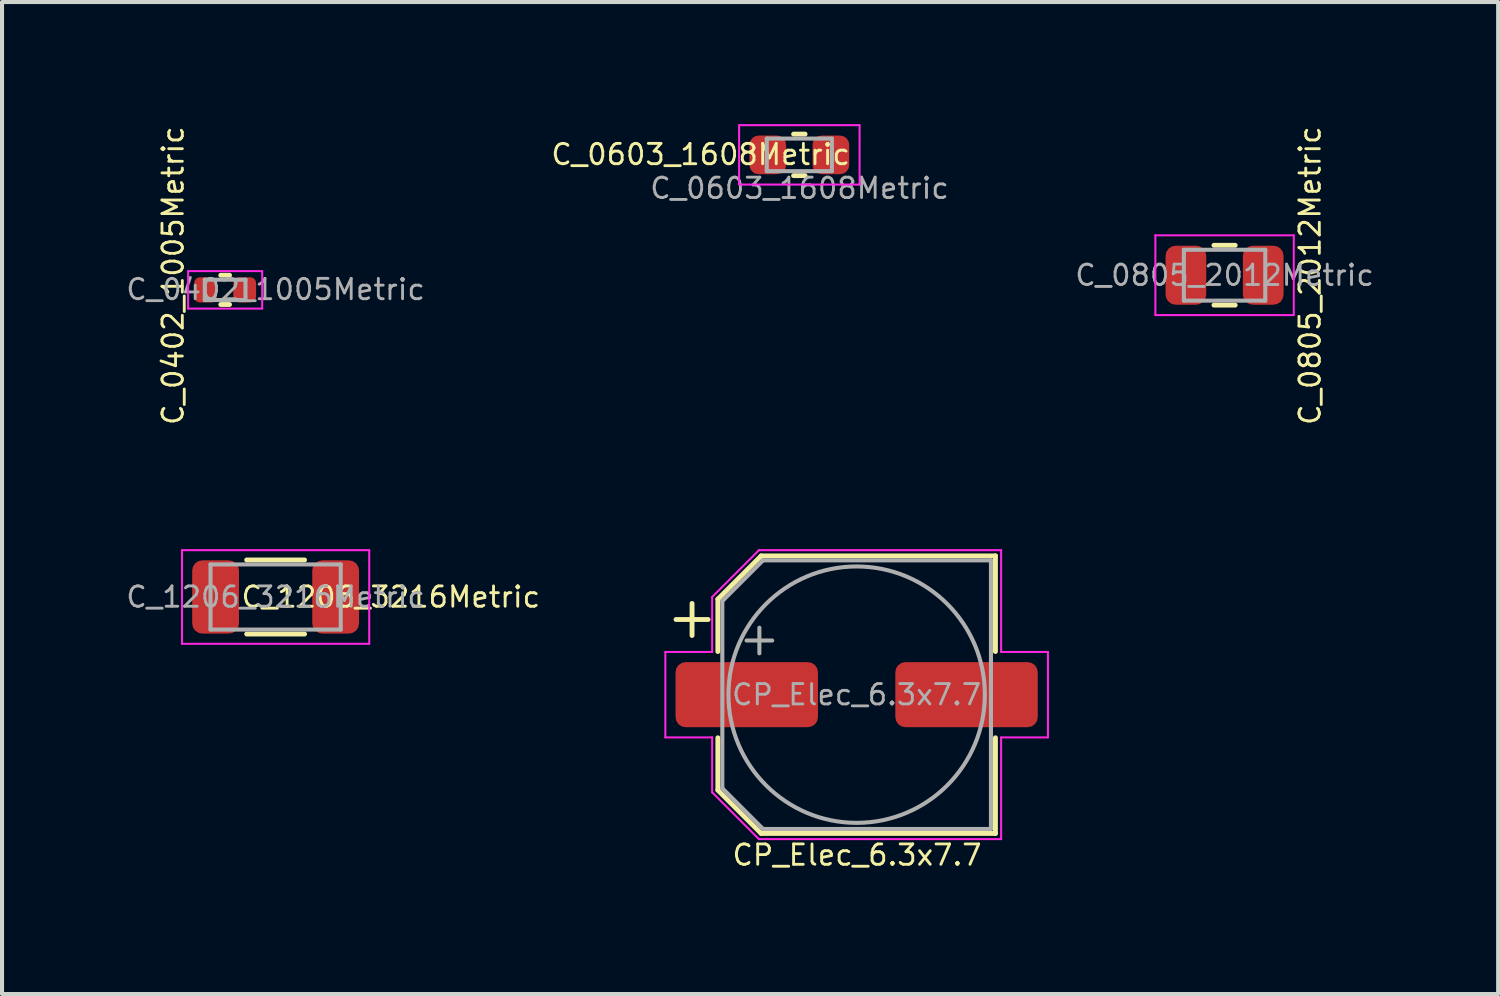
<source format=kicad_pcb>
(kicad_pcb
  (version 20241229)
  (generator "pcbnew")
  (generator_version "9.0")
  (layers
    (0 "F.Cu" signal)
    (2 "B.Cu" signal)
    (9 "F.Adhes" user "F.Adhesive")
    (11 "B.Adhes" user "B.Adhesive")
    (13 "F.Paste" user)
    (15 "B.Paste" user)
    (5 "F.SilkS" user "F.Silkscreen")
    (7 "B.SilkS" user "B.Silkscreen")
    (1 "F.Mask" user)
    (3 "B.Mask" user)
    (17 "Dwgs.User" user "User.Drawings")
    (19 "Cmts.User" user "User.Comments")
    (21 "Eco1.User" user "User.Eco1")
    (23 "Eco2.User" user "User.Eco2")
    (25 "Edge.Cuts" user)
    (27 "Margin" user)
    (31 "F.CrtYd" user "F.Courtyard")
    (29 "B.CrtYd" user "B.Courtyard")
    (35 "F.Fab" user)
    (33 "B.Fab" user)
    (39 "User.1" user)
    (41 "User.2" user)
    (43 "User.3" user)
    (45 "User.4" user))
  (footprint "CP_Elec_6.3x7.7"
    (layer "F.Cu")
    (at 17.998 14.018)
    (property "Reference" "CP_Elec_6.3x7.7" (at 0.01 3.94 180) (layer "F.SilkS") (effects (font (size 0.5 0.5) (thickness 0.07))))
    (attr smd)
    (fp_line (start -4.438 -1.847) (end -3.65 -1.847) (stroke (width 0.12) (type solid)) (layer "F.SilkS"))
    (fp_line (start -4.044 -2.241) (end -4.044 -1.454) (stroke (width 0.12) (type solid)) (layer "F.SilkS"))
    (fp_line (start -3.41 -2.346) (end -3.41 -1.06) (stroke (width 0.12) (type solid)) (layer "F.SilkS"))
    (fp_line (start -3.41 -2.346) (end -2.346 -3.41) (stroke (width 0.12) (type solid)) (layer "F.SilkS"))
    (fp_line (start -3.41 2.346) (end -3.41 1.06) (stroke (width 0.12) (type solid)) (layer "F.SilkS"))
    (fp_line (start -3.41 2.346) (end -2.346 3.41) (stroke (width 0.12) (type solid)) (layer "F.SilkS"))
    (fp_line (start -2.346 -3.41) (end 3.41 -3.41) (stroke (width 0.12) (type solid)) (layer "F.SilkS"))
    (fp_line (start -2.346 3.41) (end 3.41 3.41) (stroke (width 0.12) (type solid)) (layer "F.SilkS"))
    (fp_line (start 3.41 -3.41) (end 3.41 -1.06) (stroke (width 0.12) (type solid)) (layer "F.SilkS"))
    (fp_line (start 3.41 3.41) (end 3.41 1.06) (stroke (width 0.12) (type solid)) (layer "F.SilkS"))
    (fp_line (start -4.7 -1.05) (end -4.7 1.05) (stroke (width 0.05) (type solid)) (layer "F.CrtYd"))
    (fp_line (start -4.7 1.05) (end -3.55 1.05) (stroke (width 0.05) (type solid)) (layer "F.CrtYd"))
    (fp_line (start -3.55 -2.4) (end -3.55 -1.05) (stroke (width 0.05) (type solid)) (layer "F.CrtYd"))
    (fp_line (start -3.55 -2.4) (end -2.4 -3.55) (stroke (width 0.05) (type solid)) (layer "F.CrtYd"))
    (fp_line (start -3.55 -1.05) (end -4.7 -1.05) (stroke (width 0.05) (type solid)) (layer "F.CrtYd"))
    (fp_line (start -3.55 1.05) (end -3.55 2.4) (stroke (width 0.05) (type solid)) (layer "F.CrtYd"))
    (fp_line (start -3.55 2.4) (end -2.4 3.55) (stroke (width 0.05) (type solid)) (layer "F.CrtYd"))
    (fp_line (start -2.4 -3.55) (end 3.55 -3.55) (stroke (width 0.05) (type solid)) (layer "F.CrtYd"))
    (fp_line (start -2.4 3.55) (end 3.55 3.55) (stroke (width 0.05) (type solid)) (layer "F.CrtYd"))
    (fp_line (start 3.55 -3.55) (end 3.55 -1.05) (stroke (width 0.05) (type solid)) (layer "F.CrtYd"))
    (fp_line (start 3.55 -1.05) (end 4.7 -1.05) (stroke (width 0.05) (type solid)) (layer "F.CrtYd"))
    (fp_line (start 3.55 1.05) (end 3.55 3.55) (stroke (width 0.05) (type solid)) (layer "F.CrtYd"))
    (fp_line (start 4.7 -1.05) (end 4.7 1.05) (stroke (width 0.05) (type solid)) (layer "F.CrtYd"))
    (fp_line (start 4.7 1.05) (end 3.55 1.05) (stroke (width 0.05) (type solid)) (layer "F.CrtYd"))
    (fp_line (start -3.3 -2.3) (end -3.3 2.3) (stroke (width 0.1) (type solid)) (layer "F.Fab"))
    (fp_line (start -3.3 -2.3) (end -2.3 -3.3) (stroke (width 0.1) (type solid)) (layer "F.Fab"))
    (fp_line (start -3.3 2.3) (end -2.3 3.3) (stroke (width 0.1) (type solid)) (layer "F.Fab"))
    (fp_line (start -2.705 -1.33) (end -2.075 -1.33) (stroke (width 0.1) (type solid)) (layer "F.Fab"))
    (fp_line (start -2.39 -1.645) (end -2.39 -1.015) (stroke (width 0.1) (type solid)) (layer "F.Fab"))
    (fp_line (start -2.3 -3.3) (end 3.3 -3.3) (stroke (width 0.1) (type solid)) (layer "F.Fab"))
    (fp_line (start -2.3 3.3) (end 3.3 3.3) (stroke (width 0.1) (type solid)) (layer "F.Fab"))
    (fp_line (start 3.3 -3.3) (end 3.3 3.3) (stroke (width 0.1) (type solid)) (layer "F.Fab"))
    (fp_circle (center 0 0) (end 3.15 0) (stroke (width 0.1) (type solid)) (fill no) (layer "F.Fab"))
    (fp_text user "${REFERENCE}" (at 0 0 180) (layer "F.Fab") (effects (font (size 0.5 0.5) (thickness 0.07))))
    (pad "1" smd roundrect (at -2.7 0) (size 3.5 1.6) (layers "F.Cu" "F.Mask" "F.Paste") (roundrect_rratio 0.156))
    (pad "2" smd roundrect (at 2.7 0) (size 3.5 1.6) (layers "F.Cu" "F.Mask" "F.Paste") (roundrect_rratio 0.156)))
  (footprint "C_0402_1005Metric"
    (layer "F.Cu")
    (at 2.482 4.072)
    (property "Reference" "C_0402_1005Metric" (at -1.28 -0.35 270) (layer "F.SilkS") (effects (font (size 0.5 0.5) (thickness 0.07))))
    (attr smd)
    (fp_line (start -0.108 -0.36) (end 0.108 -0.36) (stroke (width 0.12) (type solid)) (layer "F.SilkS"))
    (fp_line (start -0.108 0.36) (end 0.108 0.36) (stroke (width 0.12) (type solid)) (layer "F.SilkS"))
    (fp_line (start -0.91 -0.46) (end 0.91 -0.46) (stroke (width 0.05) (type solid)) (layer "F.CrtYd"))
    (fp_line (start -0.91 0.46) (end -0.91 -0.46) (stroke (width 0.05) (type solid)) (layer "F.CrtYd"))
    (fp_line (start 0.91 -0.46) (end 0.91 0.46) (stroke (width 0.05) (type solid)) (layer "F.CrtYd"))
    (fp_line (start 0.91 0.46) (end -0.91 0.46) (stroke (width 0.05) (type solid)) (layer "F.CrtYd"))
    (fp_line (start -0.5 -0.25) (end 0.5 -0.25) (stroke (width 0.1) (type solid)) (layer "F.Fab"))
    (fp_line (start -0.5 0.25) (end -0.5 -0.25) (stroke (width 0.1) (type solid)) (layer "F.Fab"))
    (fp_line (start 0.5 -0.25) (end 0.5 0.25) (stroke (width 0.1) (type solid)) (layer "F.Fab"))
    (fp_line (start 0.5 0.25) (end -0.5 0.25) (stroke (width 0.1) (type solid)) (layer "F.Fab"))
    (fp_text user "${REFERENCE}" (at 1.24 -0.01 180) (layer "F.Fab") (effects (font (size 0.5 0.5) (thickness 0.07))))
    (pad "1" smd roundrect (at -0.48 0) (size 0.56 0.62) (layers "F.Cu" "F.Mask" "F.Paste") (roundrect_rratio 0.25))
    (pad "2" smd roundrect (at 0.48 0) (size 0.56 0.62) (layers "F.Cu" "F.Mask" "F.Paste") (roundrect_rratio 0.25)))
  (footprint "C_0805_2012Metric"
    (layer "F.Cu")
    (at 27.038 3.712)
    (property "Reference" "C_0805_2012Metric" (at 2.1 0.01 270) (layer "F.SilkS") (effects (font (size 0.5 0.5) (thickness 0.07))))
    (attr smd)
    (fp_line (start -0.261 -0.735) (end 0.261 -0.735) (stroke (width 0.12) (type solid)) (layer "F.SilkS"))
    (fp_line (start -0.261 0.735) (end 0.261 0.735) (stroke (width 0.12) (type solid)) (layer "F.SilkS"))
    (fp_line (start -1.7 -0.98) (end 1.7 -0.98) (stroke (width 0.05) (type solid)) (layer "F.CrtYd"))
    (fp_line (start -1.7 0.98) (end -1.7 -0.98) (stroke (width 0.05) (type solid)) (layer "F.CrtYd"))
    (fp_line (start 1.7 -0.98) (end 1.7 0.98) (stroke (width 0.05) (type solid)) (layer "F.CrtYd"))
    (fp_line (start 1.7 0.98) (end -1.7 0.98) (stroke (width 0.05) (type solid)) (layer "F.CrtYd"))
    (fp_line (start -1 -0.625) (end 1 -0.625) (stroke (width 0.1) (type solid)) (layer "F.Fab"))
    (fp_line (start -1 0.625) (end -1 -0.625) (stroke (width 0.1) (type solid)) (layer "F.Fab"))
    (fp_line (start 1 -0.625) (end 1 0.625) (stroke (width 0.1) (type solid)) (layer "F.Fab"))
    (fp_line (start 1 0.625) (end -1 0.625) (stroke (width 0.1) (type solid)) (layer "F.Fab"))
    (fp_text user "${REFERENCE}" (at 0 0 180) (layer "F.Fab") (effects (font (size 0.5 0.5) (thickness 0.07))))
    (pad "1" smd roundrect (at -0.95 0) (size 1 1.45) (layers "F.Cu" "F.Mask" "F.Paste") (roundrect_rratio 0.25))
    (pad "2" smd roundrect (at 0.95 0) (size 1 1.45) (layers "F.Cu" "F.Mask" "F.Paste") (roundrect_rratio 0.25)))
  (footprint "C_0603_1608Metric"
    (layer "F.Cu")
    (at 16.59 0.755)
    (property "Reference" "C_0603_1608Metric" (at -2.425 -0.01 0) (layer "F.SilkS") (effects (font (size 0.5 0.5) (thickness 0.07))))
    (attr smd)
    (fp_line (start -0.141 -0.51) (end 0.141 -0.51) (stroke (width 0.12) (type solid)) (layer "F.SilkS"))
    (fp_line (start -0.141 0.51) (end 0.141 0.51) (stroke (width 0.12) (type solid)) (layer "F.SilkS"))
    (fp_line (start -1.48 -0.73) (end 1.48 -0.73) (stroke (width 0.05) (type solid)) (layer "F.CrtYd"))
    (fp_line (start -1.48 0.73) (end -1.48 -0.73) (stroke (width 0.05) (type solid)) (layer "F.CrtYd"))
    (fp_line (start 1.48 -0.73) (end 1.48 0.73) (stroke (width 0.05) (type solid)) (layer "F.CrtYd"))
    (fp_line (start 1.48 0.73) (end -1.48 0.73) (stroke (width 0.05) (type solid)) (layer "F.CrtYd"))
    (fp_line (start -0.8 -0.4) (end 0.8 -0.4) (stroke (width 0.1) (type solid)) (layer "F.Fab"))
    (fp_line (start -0.8 0.4) (end -0.8 -0.4) (stroke (width 0.1) (type solid)) (layer "F.Fab"))
    (fp_line (start 0.8 -0.4) (end 0.8 0.4) (stroke (width 0.1) (type solid)) (layer "F.Fab"))
    (fp_line (start 0.8 0.4) (end -0.8 0.4) (stroke (width 0.1) (type solid)) (layer "F.Fab"))
    (fp_text user "${REFERENCE}" (at 0.005 0.82 0) (layer "F.Fab") (effects (font (size 0.5 0.5) (thickness 0.07))))
    (pad "1" smd roundrect (at -0.775 0) (size 0.9 0.95) (layers "F.Cu" "F.Mask" "F.Paste") (roundrect_rratio 0.25))
    (pad "2" smd roundrect (at 0.775 0) (size 0.9 0.95) (layers "F.Cu" "F.Mask" "F.Paste") (roundrect_rratio 0.25)))
  (footprint "C_1206_3216Metric"
    (layer "F.Cu")
    (at 3.722 11.618)
    (property "Reference" "C_1206_3216Metric" (at 2.83 0 180) (layer "F.SilkS") (effects (font (size 0.5 0.5) (thickness 0.07))))
    (attr smd)
    (fp_line (start -0.711 -0.91) (end 0.711 -0.91) (stroke (width 0.12) (type solid)) (layer "F.SilkS"))
    (fp_line (start -0.711 0.91) (end 0.711 0.91) (stroke (width 0.12) (type solid)) (layer "F.SilkS"))
    (fp_line (start -2.3 -1.15) (end 2.3 -1.15) (stroke (width 0.05) (type solid)) (layer "F.CrtYd"))
    (fp_line (start -2.3 1.15) (end -2.3 -1.15) (stroke (width 0.05) (type solid)) (layer "F.CrtYd"))
    (fp_line (start 2.3 -1.15) (end 2.3 1.15) (stroke (width 0.05) (type solid)) (layer "F.CrtYd"))
    (fp_line (start 2.3 1.15) (end -2.3 1.15) (stroke (width 0.05) (type solid)) (layer "F.CrtYd"))
    (fp_line (start -1.6 -0.8) (end 1.6 -0.8) (stroke (width 0.1) (type solid)) (layer "F.Fab"))
    (fp_line (start -1.6 0.8) (end -1.6 -0.8) (stroke (width 0.1) (type solid)) (layer "F.Fab"))
    (fp_line (start 1.6 -0.8) (end 1.6 0.8) (stroke (width 0.1) (type solid)) (layer "F.Fab"))
    (fp_line (start 1.6 0.8) (end -1.6 0.8) (stroke (width 0.1) (type solid)) (layer "F.Fab"))
    (fp_text user "${REFERENCE}" (at 0 0 0) (layer "F.Fab") (effects (font (size 0.5 0.5) (thickness 0.07))))
    (pad "1" smd roundrect (at -1.475 0) (size 1.15 1.8) (layers "F.Cu" "F.Mask" "F.Paste") (roundrect_rratio 0.217))
    (pad "2" smd roundrect (at 1.475 0) (size 1.15 1.8) (layers "F.Cu" "F.Mask" "F.Paste") (roundrect_rratio 0.217)))
  (gr_rect
    (start -3 -3)
    (end 33.76 21.374)
    (stroke (width 0.1) (type default))
    (fill no)
    (layer "Edge.Cuts")))
</source>
